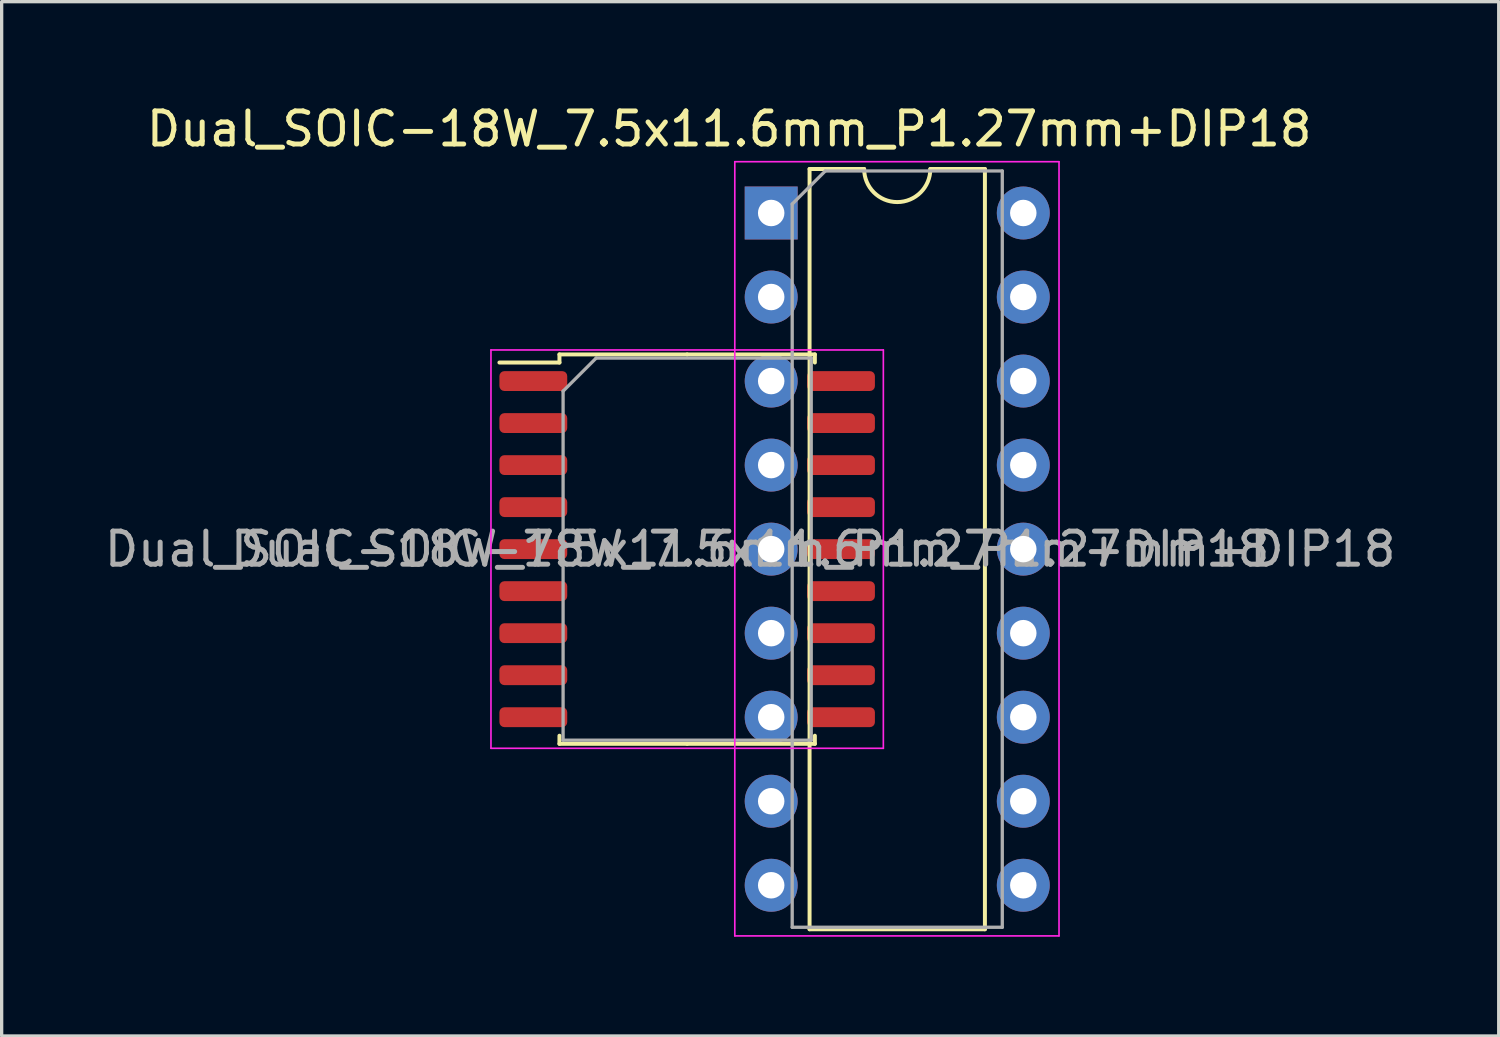
<source format=kicad_pcb>
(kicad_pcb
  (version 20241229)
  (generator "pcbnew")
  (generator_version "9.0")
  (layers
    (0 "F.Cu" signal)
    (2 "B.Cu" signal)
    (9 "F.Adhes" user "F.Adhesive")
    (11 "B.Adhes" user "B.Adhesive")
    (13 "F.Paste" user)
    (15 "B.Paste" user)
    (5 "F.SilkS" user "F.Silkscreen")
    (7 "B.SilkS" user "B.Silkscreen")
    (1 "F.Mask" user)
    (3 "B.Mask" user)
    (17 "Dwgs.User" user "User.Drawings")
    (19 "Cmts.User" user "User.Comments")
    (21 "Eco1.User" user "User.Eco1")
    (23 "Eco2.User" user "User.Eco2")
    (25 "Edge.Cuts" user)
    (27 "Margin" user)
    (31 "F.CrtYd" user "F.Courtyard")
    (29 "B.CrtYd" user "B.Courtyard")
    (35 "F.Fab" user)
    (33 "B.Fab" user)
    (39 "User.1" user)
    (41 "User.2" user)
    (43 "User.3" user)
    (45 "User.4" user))
  (footprint "Dual_SOIC-18W_7.5x11.6mm_P1.27mm+DIP18"
    (layer "F.Cu")
    (at 17.72 13.548)
    (property "Reference" "Dual_SOIC-18W_7.5x11.6mm_P1.27mm+DIP18" (at 1.27 -12.7 0) (layer "F.SilkS") (effects (font (size 1 1) (thickness 0.15))))
    (attr smd)
    (fp_line (start -3.86 -5.885) (end -3.86 -5.64) (stroke (width 0.12) (type solid)) (layer "F.SilkS"))
    (fp_line (start -3.86 -5.64) (end -5.675 -5.64) (stroke (width 0.12) (type solid)) (layer "F.SilkS"))
    (fp_line (start -3.86 5.885) (end -3.86 5.64) (stroke (width 0.12) (type solid)) (layer "F.SilkS"))
    (fp_line (start 0 -5.885) (end -3.86 -5.885) (stroke (width 0.12) (type solid)) (layer "F.SilkS"))
    (fp_line (start 0 -5.885) (end 3.86 -5.885) (stroke (width 0.12) (type solid)) (layer "F.SilkS"))
    (fp_line (start 0 5.885) (end -3.86 5.885) (stroke (width 0.12) (type solid)) (layer "F.SilkS"))
    (fp_line (start 0 5.885) (end 3.86 5.885) (stroke (width 0.12) (type solid)) (layer "F.SilkS"))
    (fp_line (start 3.7 -11.49) (end 3.7 11.49) (stroke (width 0.12) (type solid)) (layer "F.SilkS"))
    (fp_line (start 3.7 11.49) (end 9 11.49) (stroke (width 0.12) (type solid)) (layer "F.SilkS"))
    (fp_line (start 3.86 -5.885) (end 3.86 -5.64) (stroke (width 0.12) (type solid)) (layer "F.SilkS"))
    (fp_line (start 3.86 5.885) (end 3.86 5.64) (stroke (width 0.12) (type solid)) (layer "F.SilkS"))
    (fp_line (start 5.35 -11.49) (end 3.7 -11.49) (stroke (width 0.12) (type solid)) (layer "F.SilkS"))
    (fp_line (start 9 -11.49) (end 7.35 -11.49) (stroke (width 0.12) (type solid)) (layer "F.SilkS"))
    (fp_line (start 9 11.49) (end 9 -11.49) (stroke (width 0.12) (type solid)) (layer "F.SilkS"))
    (fp_arc (start 7.35 -11.49) (mid 6.35 -10.49) (end 5.35 -11.49) (stroke (width 0.12) (type solid)) (layer "F.SilkS"))
    (fp_line (start -5.93 -6.02) (end -5.93 6.02) (stroke (width 0.05) (type solid)) (layer "F.CrtYd"))
    (fp_line (start -5.93 6.02) (end 5.93 6.02) (stroke (width 0.05) (type solid)) (layer "F.CrtYd"))
    (fp_line (start 1.44 -11.71) (end 1.44 11.69) (stroke (width 0.05) (type solid)) (layer "F.CrtYd"))
    (fp_line (start 1.44 11.69) (end 11.24 11.69) (stroke (width 0.05) (type solid)) (layer "F.CrtYd"))
    (fp_line (start 5.93 -6.02) (end -5.93 -6.02) (stroke (width 0.05) (type solid)) (layer "F.CrtYd"))
    (fp_line (start 5.93 6.02) (end 5.93 -6.02) (stroke (width 0.05) (type solid)) (layer "F.CrtYd"))
    (fp_line (start 11.24 -11.71) (end 1.44 -11.71) (stroke (width 0.05) (type solid)) (layer "F.CrtYd"))
    (fp_line (start 11.24 11.69) (end 11.24 -11.71) (stroke (width 0.05) (type solid)) (layer "F.CrtYd"))
    (fp_line (start -3.75 -4.775) (end -2.75 -5.775) (stroke (width 0.1) (type solid)) (layer "F.Fab"))
    (fp_line (start -3.75 5.775) (end -3.75 -4.775) (stroke (width 0.1) (type solid)) (layer "F.Fab"))
    (fp_line (start -2.75 -5.775) (end 3.75 -5.775) (stroke (width 0.1) (type solid)) (layer "F.Fab"))
    (fp_line (start 3.175 -10.43) (end 4.175 -11.43) (stroke (width 0.1) (type solid)) (layer "F.Fab"))
    (fp_line (start 3.175 11.43) (end 3.175 -10.43) (stroke (width 0.1) (type solid)) (layer "F.Fab"))
    (fp_line (start 3.75 -5.775) (end 3.75 5.775) (stroke (width 0.1) (type solid)) (layer "F.Fab"))
    (fp_line (start 3.75 5.775) (end -3.75 5.775) (stroke (width 0.1) (type solid)) (layer "F.Fab"))
    (fp_line (start 4.175 -11.43) (end 9.525 -11.43) (stroke (width 0.1) (type solid)) (layer "F.Fab"))
    (fp_line (start 9.525 -11.43) (end 9.525 11.43) (stroke (width 0.1) (type solid)) (layer "F.Fab"))
    (fp_line (start 9.525 11.43) (end 3.175 11.43) (stroke (width 0.1) (type solid)) (layer "F.Fab"))
    (fp_text user "${REFERENCE}" (at 3.81 0 0) (layer "F.Fab") (effects (font (size 1 1) (thickness 0.15))))
    (fp_text user "${REFERENCE}" (at 0 0 0) (layer "F.Fab") (effects (font (size 1 1) (thickness 0.15))))
    (pad "1" smd roundrect (at -4.65 -5.08) (size 2.05 0.6) (layers "F.Cu" "F.Mask" "F.Paste") (roundrect_rratio 0.25))
    (pad "1" thru_hole rect (at 2.54 -10.16) (size 1.6 1.6) (drill 0.8) (layers "*.Cu" "*.Mask"))
    (pad "2" smd roundrect (at -4.65 -3.81) (size 2.05 0.6) (layers "F.Cu" "F.Mask" "F.Paste") (roundrect_rratio 0.25))
    (pad "2" thru_hole oval (at 2.54 -7.62) (size 1.6 1.6) (drill 0.8) (layers "*.Cu" "*.Mask"))
    (pad "3" smd roundrect (at -4.65 -2.54) (size 2.05 0.6) (layers "F.Cu" "F.Mask" "F.Paste") (roundrect_rratio 0.25))
    (pad "3" thru_hole oval (at 2.54 -5.08) (size 1.6 1.6) (drill 0.8) (layers "*.Cu" "*.Mask"))
    (pad "4" smd roundrect (at -4.65 -1.27) (size 2.05 0.6) (layers "F.Cu" "F.Mask" "F.Paste") (roundrect_rratio 0.25))
    (pad "4" thru_hole oval (at 2.54 -2.54) (size 1.6 1.6) (drill 0.8) (layers "*.Cu" "*.Mask"))
    (pad "5" smd roundrect (at -4.65 0) (size 2.05 0.6) (layers "F.Cu" "F.Mask" "F.Paste") (roundrect_rratio 0.25))
    (pad "5" thru_hole oval (at 2.54 0) (size 1.6 1.6) (drill 0.8) (layers "*.Cu" "*.Mask"))
    (pad "6" smd roundrect (at -4.65 1.27) (size 2.05 0.6) (layers "F.Cu" "F.Mask" "F.Paste") (roundrect_rratio 0.25))
    (pad "6" thru_hole oval (at 2.54 2.54) (size 1.6 1.6) (drill 0.8) (layers "*.Cu" "*.Mask"))
    (pad "7" smd roundrect (at -4.65 2.54) (size 2.05 0.6) (layers "F.Cu" "F.Mask" "F.Paste") (roundrect_rratio 0.25))
    (pad "7" thru_hole oval (at 2.54 5.08) (size 1.6 1.6) (drill 0.8) (layers "*.Cu" "*.Mask"))
    (pad "8" smd roundrect (at -4.65 3.81) (size 2.05 0.6) (layers "F.Cu" "F.Mask" "F.Paste") (roundrect_rratio 0.25))
    (pad "8" thru_hole oval (at 2.54 7.62) (size 1.6 1.6) (drill 0.8) (layers "*.Cu" "*.Mask"))
    (pad "9" smd roundrect (at -4.65 5.08) (size 2.05 0.6) (layers "F.Cu" "F.Mask" "F.Paste") (roundrect_rratio 0.25))
    (pad "9" thru_hole oval (at 2.54 10.16) (size 1.6 1.6) (drill 0.8) (layers "*.Cu" "*.Mask"))
    (pad "10" smd roundrect (at 4.65 5.08) (size 2.05 0.6) (layers "F.Cu" "F.Mask" "F.Paste") (roundrect_rratio 0.25))
    (pad "10" thru_hole oval (at 10.16 10.16) (size 1.6 1.6) (drill 0.8) (layers "*.Cu" "*.Mask"))
    (pad "11" smd roundrect (at 4.65 3.81) (size 2.05 0.6) (layers "F.Cu" "F.Mask" "F.Paste") (roundrect_rratio 0.25))
    (pad "11" thru_hole oval (at 10.16 7.62) (size 1.6 1.6) (drill 0.8) (layers "*.Cu" "*.Mask"))
    (pad "12" smd roundrect (at 4.65 2.54) (size 2.05 0.6) (layers "F.Cu" "F.Mask" "F.Paste") (roundrect_rratio 0.25))
    (pad "12" thru_hole oval (at 10.16 5.08) (size 1.6 1.6) (drill 0.8) (layers "*.Cu" "*.Mask"))
    (pad "13" smd roundrect (at 4.65 1.27) (size 2.05 0.6) (layers "F.Cu" "F.Mask" "F.Paste") (roundrect_rratio 0.25))
    (pad "13" thru_hole oval (at 10.16 2.54) (size 1.6 1.6) (drill 0.8) (layers "*.Cu" "*.Mask"))
    (pad "14" smd roundrect (at 4.65 0) (size 2.05 0.6) (layers "F.Cu" "F.Mask" "F.Paste") (roundrect_rratio 0.25))
    (pad "14" thru_hole oval (at 10.16 0) (size 1.6 1.6) (drill 0.8) (layers "*.Cu" "*.Mask"))
    (pad "15" smd roundrect (at 4.65 -1.27) (size 2.05 0.6) (layers "F.Cu" "F.Mask" "F.Paste") (roundrect_rratio 0.25))
    (pad "15" thru_hole oval (at 10.16 -2.54) (size 1.6 1.6) (drill 0.8) (layers "*.Cu" "*.Mask"))
    (pad "16" smd roundrect (at 4.65 -2.54) (size 2.05 0.6) (layers "F.Cu" "F.Mask" "F.Paste") (roundrect_rratio 0.25))
    (pad "16" thru_hole oval (at 10.16 -5.08) (size 1.6 1.6) (drill 0.8) (layers "*.Cu" "*.Mask"))
    (pad "17" smd roundrect (at 4.65 -3.81) (size 2.05 0.6) (layers "F.Cu" "F.Mask" "F.Paste") (roundrect_rratio 0.25))
    (pad "17" thru_hole oval (at 10.16 -7.62) (size 1.6 1.6) (drill 0.8) (layers "*.Cu" "*.Mask"))
    (pad "18" smd roundrect (at 4.65 -5.08) (size 2.05 0.6) (layers "F.Cu" "F.Mask" "F.Paste") (roundrect_rratio 0.25))
    (pad "18" thru_hole oval (at 10.16 -10.16) (size 1.6 1.6) (drill 0.8) (layers "*.Cu" "*.Mask")))
  (gr_rect
    (start -3 -3)
    (end 42.25 28.263)
    (stroke (width 0.1) (type default))
    (fill no)
    (layer "Edge.Cuts")))
</source>
